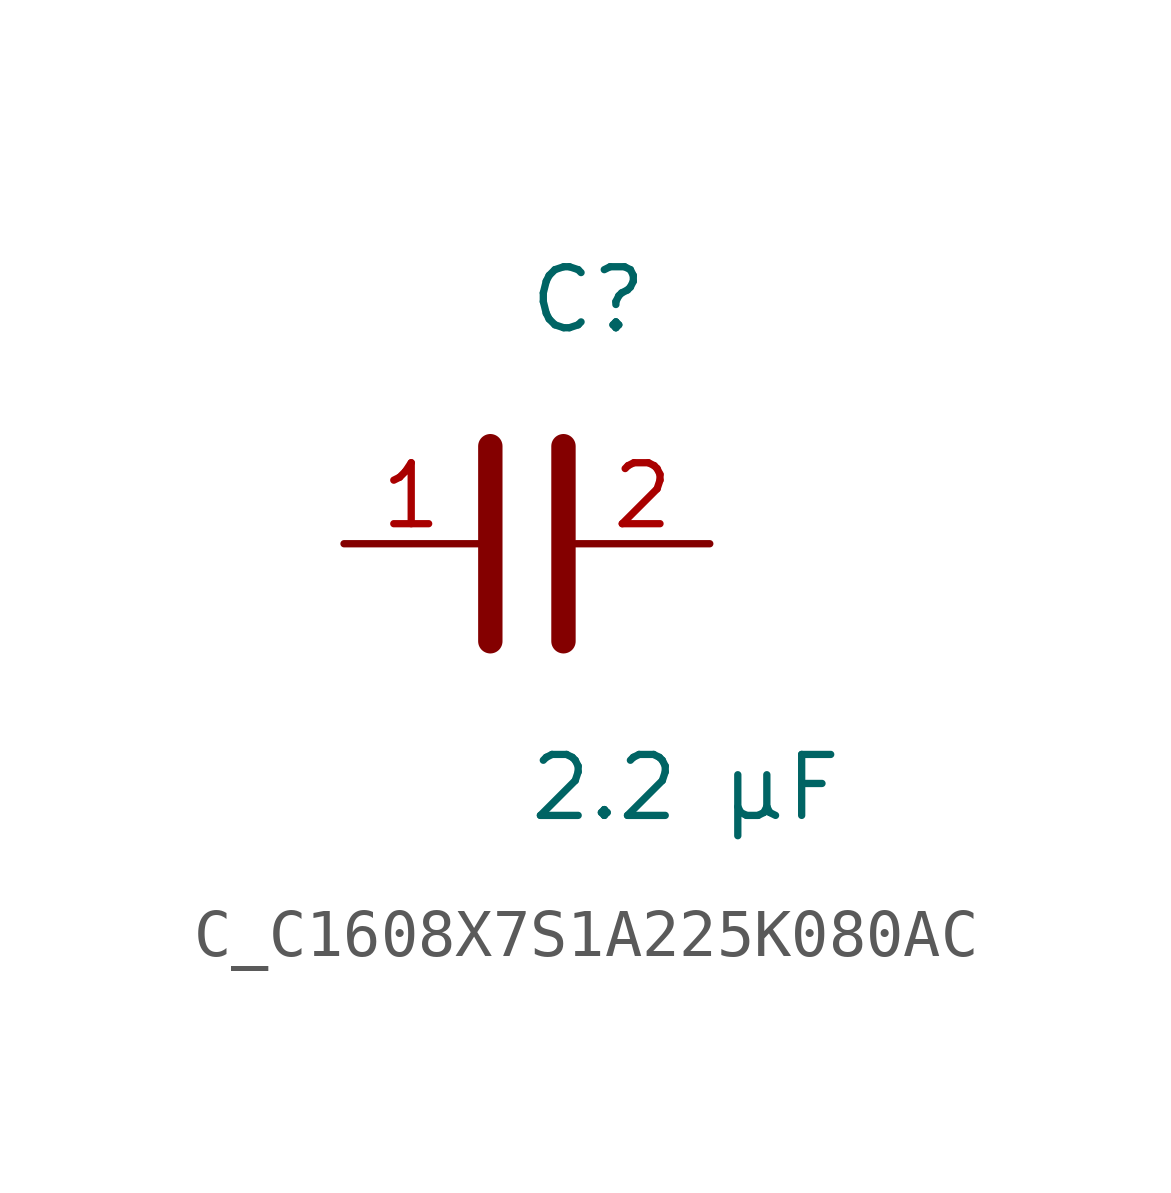
<source format=kicad_sym>
(kicad_symbol_lib
  (version 20231120)
  (generator kicad_symbol_editor)
  (generator_version 8.0)
  (symbol "C_C1608X7S1A225K080AC"
    (pin_names
      (offset 0.254))
    (property "Reference" "C"
      (at 0.0 5.08 0)
      (effects (font (size 1.27 1.27)) (justify left)))
    (property "Value" "2.2 µF"
      (at 0.0 -5.08 0)
      (effects (font (size 1.27 1.27)) (justify left)))
    (symbol "C_C1608X7S1A225K080AC_0_1"
      (polyline (pts (xy -0.762 -2.032) (xy -0.762 2.032)) (stroke (width 0.508) (type default)) (fill (type none)))
      (polyline (pts (xy 0.762 -2.032) (xy 0.762 2.032)) (stroke (width 0.508) (type default)) (fill (type none))))
    (pin unspecified line
      (at -3.81 0 0)
      (length 2.8)
      (name "" (effects (font (size 1.27 1.27))))
      (number "1" (effects (font (size 1.27 1.27)))))
    (pin unspecified line
      (at 3.81 0 180)
      (length 2.8)
      (name "" (effects (font (size 1.27 1.27))))
      (number "2" (effects (font (size 1.27 1.27)))))))
</source>
